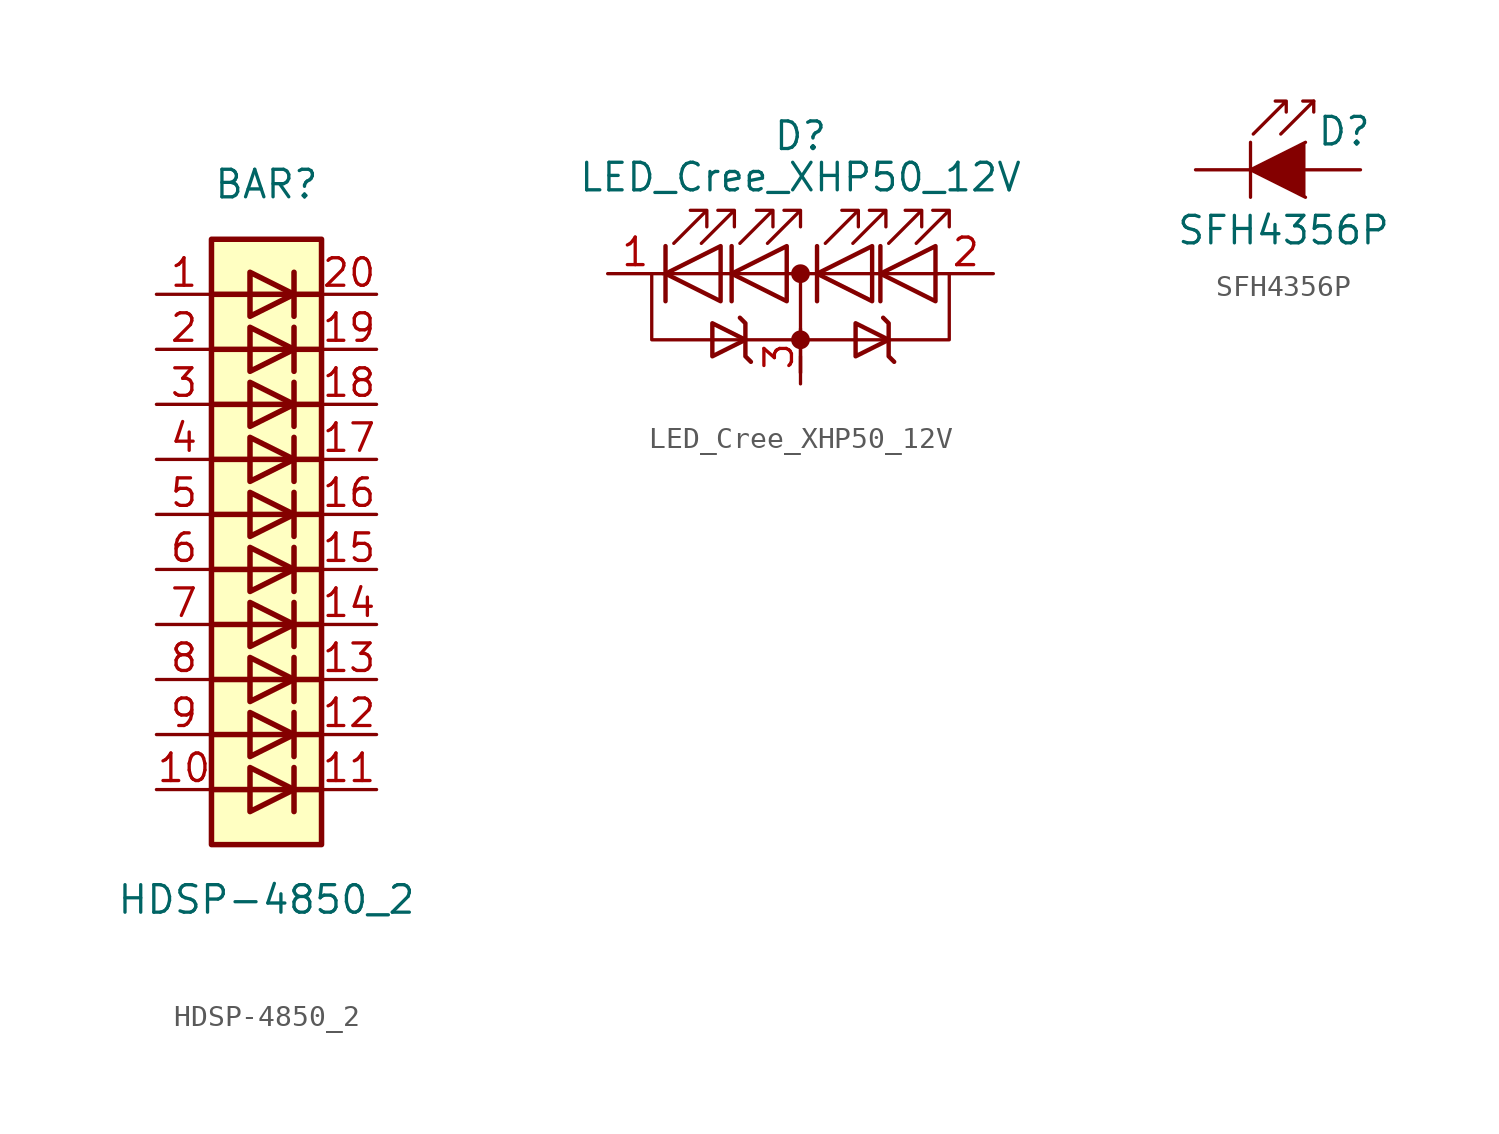
<source format=kicad_sym>
(kicad_symbol_lib
  (version 20211014)
  (generator kicad_symbol_editor)
  (symbol "HDSP-4850_2"
    (pin_names
      (offset 1.016) hide)
    (property "Reference" "BAR"
      (at 0 15.24 0)
      (effects (font (size 1.27 1.27))))
    (property "Value" "HDSP-4850_2"
      (at 0 -17.78 0)
      (effects (font (size 1.27 1.27))))
    (symbol "HDSP-4850_2_0_1"
      (rectangle (start -2.54 12.7) (end 2.54 -15.24) (stroke (width 0.254) (type default) (color 0 0 0 0)) (fill (type background)))
      (polyline (pts (xy -2.54 -12.7) (xy 2.54 -12.7)) (stroke (width 0.254) (type default) (color 0 0 0 0)) (fill (type none)))
      (polyline (pts (xy -2.54 -10.16) (xy 2.54 -10.16)) (stroke (width 0.254) (type default) (color 0 0 0 0)) (fill (type none)))
      (polyline (pts (xy -2.54 -7.62) (xy 2.54 -7.62)) (stroke (width 0.254) (type default) (color 0 0 0 0)) (fill (type none)))
      (polyline (pts (xy -2.54 -5.08) (xy 2.54 -5.08)) (stroke (width 0.254) (type default) (color 0 0 0 0)) (fill (type none)))
      (polyline (pts (xy -2.54 0) (xy 2.54 0)) (stroke (width 0.254) (type default) (color 0 0 0 0)) (fill (type none)))
      (polyline (pts (xy -2.54 5.08) (xy 2.54 5.08)) (stroke (width 0.254) (type default) (color 0 0 0 0)) (fill (type none)))
      (polyline (pts (xy -2.54 7.62) (xy 2.54 7.62)) (stroke (width 0.254) (type default) (color 0 0 0 0)) (fill (type none)))
      (polyline (pts (xy -2.54 10.16) (xy 2.54 10.16)) (stroke (width 0.254) (type default) (color 0 0 0 0)) (fill (type none)))
      (polyline (pts (xy 1.27 -11.684) (xy 1.27 -13.716)) (stroke (width 0.254) (type default) (color 0 0 0 0)) (fill (type none)))
      (polyline (pts (xy 1.27 -9.144) (xy 1.27 -11.176)) (stroke (width 0.254) (type default) (color 0 0 0 0)) (fill (type none)))
      (polyline (pts (xy 1.27 -6.604) (xy 1.27 -8.636)) (stroke (width 0.254) (type default) (color 0 0 0 0)) (fill (type none)))
      (polyline (pts (xy 1.27 -4.064) (xy 1.27 -6.096)) (stroke (width 0.254) (type default) (color 0 0 0 0)) (fill (type none)))
      (polyline (pts (xy 1.27 -1.524) (xy 1.27 -3.556)) (stroke (width 0.254) (type default) (color 0 0 0 0)) (fill (type none)))
      (polyline (pts (xy 1.27 1.016) (xy 1.27 -1.016)) (stroke (width 0.254) (type default) (color 0 0 0 0)) (fill (type none)))
      (polyline (pts (xy 1.27 3.556) (xy 1.27 1.524)) (stroke (width 0.254) (type default) (color 0 0 0 0)) (fill (type none)))
      (polyline (pts (xy 1.27 6.096) (xy 1.27 4.064)) (stroke (width 0.254) (type default) (color 0 0 0 0)) (fill (type none)))
      (polyline (pts (xy 1.27 8.636) (xy 1.27 6.604)) (stroke (width 0.254) (type default) (color 0 0 0 0)) (fill (type none)))
      (polyline (pts (xy 1.27 11.176) (xy 1.27 9.144)) (stroke (width 0.254) (type default) (color 0 0 0 0)) (fill (type none)))
      (polyline (pts (xy 2.54 -2.54) (xy -2.54 -2.54)) (stroke (width 0.254) (type default) (color 0 0 0 0)) (fill (type none)))
      (polyline (pts (xy 2.54 2.54) (xy -2.54 2.54)) (stroke (width 0.254) (type default) (color 0 0 0 0)) (fill (type none)))
      (polyline (pts (xy -0.762 -11.684) (xy -0.762 -13.716) (xy 1.27 -12.7) (xy -0.762 -11.684)) (stroke (width 0.254) (type default) (color 0 0 0 0)) (fill (type none)))
      (polyline (pts (xy -0.762 -9.144) (xy -0.762 -11.176) (xy 1.27 -10.16) (xy -0.762 -9.144)) (stroke (width 0.254) (type default) (color 0 0 0 0)) (fill (type none)))
      (polyline (pts (xy -0.762 -6.604) (xy -0.762 -8.636) (xy 1.27 -7.62) (xy -0.762 -6.604)) (stroke (width 0.254) (type default) (color 0 0 0 0)) (fill (type none)))
      (polyline (pts (xy -0.762 -4.064) (xy -0.762 -6.096) (xy 1.27 -5.08) (xy -0.762 -4.064)) (stroke (width 0.254) (type default) (color 0 0 0 0)) (fill (type none)))
      (polyline (pts (xy -0.762 -1.524) (xy -0.762 -3.556) (xy 1.27 -2.54) (xy -0.762 -1.524)) (stroke (width 0.254) (type default) (color 0 0 0 0)) (fill (type none)))
      (polyline (pts (xy -0.762 1.016) (xy -0.762 -1.016) (xy 1.27 0) (xy -0.762 1.016)) (stroke (width 0.254) (type default) (color 0 0 0 0)) (fill (type none)))
      (polyline (pts (xy -0.762 3.556) (xy -0.762 1.524) (xy 1.27 2.54) (xy -0.762 3.556)) (stroke (width 0.254) (type default) (color 0 0 0 0)) (fill (type none)))
      (polyline (pts (xy -0.762 6.096) (xy -0.762 4.064) (xy 1.27 5.08) (xy -0.762 6.096)) (stroke (width 0.254) (type default) (color 0 0 0 0)) (fill (type none)))
      (polyline (pts (xy -0.762 8.636) (xy -0.762 6.604) (xy 1.27 7.62) (xy -0.762 8.636)) (stroke (width 0.254) (type default) (color 0 0 0 0)) (fill (type none)))
      (polyline (pts (xy -0.762 11.176) (xy -0.762 9.144) (xy 1.27 10.16) (xy -0.762 11.176)) (stroke (width 0.254) (type default) (color 0 0 0 0)) (fill (type none))))
    (symbol "HDSP-4850_2_1_1"
      (pin passive line (at -5.08 10.16 0) (length 2.54) (name "A" (effects (font (size 1.27 1.27)))) (number "1" (effects (font (size 1.27 1.27)))))
      (pin passive line (at -5.08 -12.7 0) (length 2.54) (name "A" (effects (font (size 1.27 1.27)))) (number "10" (effects (font (size 1.27 1.27)))))
      (pin passive line (at 5.08 -12.7 180) (length 2.54) (name "K" (effects (font (size 1.27 1.27)))) (number "11" (effects (font (size 1.27 1.27)))))
      (pin passive line (at 5.08 -10.16 180) (length 2.54) (name "K" (effects (font (size 1.27 1.27)))) (number "12" (effects (font (size 1.27 1.27)))))
      (pin passive line (at 5.08 -7.62 180) (length 2.54) (name "K" (effects (font (size 1.27 1.27)))) (number "13" (effects (font (size 1.27 1.27)))))
      (pin passive line (at 5.08 -5.08 180) (length 2.54) (name "K" (effects (font (size 1.27 1.27)))) (number "14" (effects (font (size 1.27 1.27)))))
      (pin passive line (at 5.08 -2.54 180) (length 2.54) (name "K" (effects (font (size 1.27 1.27)))) (number "15" (effects (font (size 1.27 1.27)))))
      (pin passive line (at 5.08 0 180) (length 2.54) (name "K" (effects (font (size 1.27 1.27)))) (number "16" (effects (font (size 1.27 1.27)))))
      (pin passive line (at 5.08 2.54 180) (length 2.54) (name "K" (effects (font (size 1.27 1.27)))) (number "17" (effects (font (size 1.27 1.27)))))
      (pin passive line (at 5.08 5.08 180) (length 2.54) (name "K" (effects (font (size 1.27 1.27)))) (number "18" (effects (font (size 1.27 1.27)))))
      (pin passive line (at 5.08 7.62 180) (length 2.54) (name "K" (effects (font (size 1.27 1.27)))) (number "19" (effects (font (size 1.27 1.27)))))
      (pin passive line (at -5.08 7.62 0) (length 2.54) (name "A" (effects (font (size 1.27 1.27)))) (number "2" (effects (font (size 1.27 1.27)))))
      (pin passive line (at 5.08 10.16 180) (length 2.54) (name "K" (effects (font (size 1.27 1.27)))) (number "20" (effects (font (size 1.27 1.27)))))
      (pin passive line (at -5.08 5.08 0) (length 2.54) (name "A" (effects (font (size 1.27 1.27)))) (number "3" (effects (font (size 1.27 1.27)))))
      (pin passive line (at -5.08 2.54 0) (length 2.54) (name "A" (effects (font (size 1.27 1.27)))) (number "4" (effects (font (size 1.27 1.27)))))
      (pin passive line (at -5.08 0 0) (length 2.54) (name "A" (effects (font (size 1.27 1.27)))) (number "5" (effects (font (size 1.27 1.27)))))
      (pin passive line (at -5.08 -2.54 0) (length 2.54) (name "A" (effects (font (size 1.27 1.27)))) (number "6" (effects (font (size 1.27 1.27)))))
      (pin passive line (at -5.08 -5.08 0) (length 2.54) (name "A" (effects (font (size 1.27 1.27)))) (number "7" (effects (font (size 1.27 1.27)))))
      (pin passive line (at -5.08 -7.62 0) (length 2.54) (name "A" (effects (font (size 1.27 1.27)))) (number "8" (effects (font (size 1.27 1.27)))))
      (pin passive line (at -5.08 -10.16 0) (length 2.54) (name "A" (effects (font (size 1.27 1.27)))) (number "9" (effects (font (size 1.27 1.27)))))))
  (symbol "LED_Cree_XHP50_12V"
    (pin_names
      (offset 1.016) hide)
    (property "Reference" "D"
      (at 0 6.35 0)
      (effects (font (size 1.27 1.27))))
    (property "Value" "LED_Cree_XHP50_12V"
      (at 0 4.445 0)
      (effects (font (size 1.27 1.27))))
    (symbol "LED_Cree_XHP50_12V_0_1"
      (circle (center 0 -3.048) (radius 0.356) (stroke (width 0) (type default) (color 0 0 0 0)) (fill (type outline)))
      (polyline (pts (xy -6.35 0) (xy 6.35 0)) (stroke (width 0) (type default) (color 0 0 0 0)) (fill (type none)))
      (polyline (pts (xy -6.223 -1.27) (xy -6.223 1.27)) (stroke (width 0.203) (type default) (color 0 0 0 0)) (fill (type none)))
      (polyline (pts (xy -3.175 -1.27) (xy -3.175 1.27)) (stroke (width 0.203) (type default) (color 0 0 0 0)) (fill (type none)))
      (polyline (pts (xy 0 -3.81) (xy 0 -4.572)) (stroke (width 0) (type default) (color 0 0 0 0)) (fill (type none)))
      (polyline (pts (xy 0 0) (xy 0 -4.572)) (stroke (width 0) (type default) (color 0 0 0 0)) (fill (type none)))
      (polyline (pts (xy 0.762 -1.27) (xy 0.762 1.27)) (stroke (width 0.203) (type default) (color 0 0 0 0)) (fill (type none)))
      (polyline (pts (xy 3.683 -1.27) (xy 3.683 1.27)) (stroke (width 0.203) (type default) (color 0 0 0 0)) (fill (type none)))
      (polyline (pts (xy -6.858 0) (xy -6.858 -3.048) (xy 6.858 -3.048) (xy 6.858 0)) (stroke (width 0) (type default) (color 0 0 0 0)) (fill (type none)))
      (polyline (pts (xy -3.683 -1.27) (xy -3.683 1.27) (xy -6.223 0) (xy -3.683 -1.27)) (stroke (width 0.203) (type default) (color 0 0 0 0)) (fill (type none)))
      (polyline (pts (xy -2.286 -4.064) (xy -2.54 -3.81) (xy -2.54 -2.286) (xy -2.794 -2.032)) (stroke (width 0.203) (type default) (color 0 0 0 0)) (fill (type none)))
      (polyline (pts (xy -0.635 -1.27) (xy -0.635 1.27) (xy -3.175 0) (xy -0.635 -1.27)) (stroke (width 0.203) (type default) (color 0 0 0 0)) (fill (type none)))
      (polyline (pts (xy 3.302 -1.27) (xy 3.302 1.27) (xy 0.762 0) (xy 3.302 -1.27)) (stroke (width 0.203) (type default) (color 0 0 0 0)) (fill (type none)))
      (polyline (pts (xy 4.318 -4.064) (xy 4.064 -3.81) (xy 4.064 -2.286) (xy 3.81 -2.032)) (stroke (width 0.203) (type default) (color 0 0 0 0)) (fill (type none)))
      (polyline (pts (xy 6.223 -1.27) (xy 6.223 1.27) (xy 3.683 0) (xy 6.223 -1.27)) (stroke (width 0.203) (type default) (color 0 0 0 0)) (fill (type none)))
      (polyline (pts (xy -5.842 1.397) (xy -4.318 2.921) (xy -5.08 2.921) (xy -4.318 2.921) (xy -4.318 2.159)) (stroke (width 0) (type default) (color 0 0 0 0)) (fill (type none)))
      (polyline (pts (xy -4.572 1.397) (xy -3.048 2.921) (xy -3.81 2.921) (xy -3.048 2.921) (xy -3.048 2.159)) (stroke (width 0) (type default) (color 0 0 0 0)) (fill (type none)))
      (polyline (pts (xy -4.064 -3.81) (xy -4.064 -2.286) (xy -2.54 -3.048) (xy -4.064 -3.81) (xy -4.064 -3.556)) (stroke (width 0.203) (type default) (color 0 0 0 0)) (fill (type none)))
      (polyline (pts (xy -2.794 1.397) (xy -1.27 2.921) (xy -2.032 2.921) (xy -1.27 2.921) (xy -1.27 2.159)) (stroke (width 0) (type default) (color 0 0 0 0)) (fill (type none)))
      (polyline (pts (xy -1.524 1.397) (xy 0 2.921) (xy -0.762 2.921) (xy 0 2.921) (xy 0 2.159)) (stroke (width 0) (type default) (color 0 0 0 0)) (fill (type none)))
      (polyline (pts (xy 1.143 1.397) (xy 2.667 2.921) (xy 1.905 2.921) (xy 2.667 2.921) (xy 2.667 2.159)) (stroke (width 0) (type default) (color 0 0 0 0)) (fill (type none)))
      (polyline (pts (xy 2.413 1.397) (xy 3.937 2.921) (xy 3.175 2.921) (xy 3.937 2.921) (xy 3.937 2.159)) (stroke (width 0) (type default) (color 0 0 0 0)) (fill (type none)))
      (polyline (pts (xy 2.54 -3.81) (xy 2.54 -2.286) (xy 4.064 -3.048) (xy 2.54 -3.81) (xy 2.54 -3.556)) (stroke (width 0.203) (type default) (color 0 0 0 0)) (fill (type none)))
      (polyline (pts (xy 4.064 1.397) (xy 5.588 2.921) (xy 4.826 2.921) (xy 5.588 2.921) (xy 5.588 2.159)) (stroke (width 0) (type default) (color 0 0 0 0)) (fill (type none)))
      (polyline (pts (xy 5.334 1.397) (xy 6.858 2.921) (xy 6.096 2.921) (xy 6.858 2.921) (xy 6.858 2.159)) (stroke (width 0) (type default) (color 0 0 0 0)) (fill (type none)))
      (circle (center 0 0) (radius 0.356) (stroke (width 0) (type default) (color 0 0 0 0)) (fill (type outline))))
    (symbol "LED_Cree_XHP50_12V_1_1"
      (pin passive line (at -8.89 0 0) (length 2.54) (name "K" (effects (font (size 1.27 1.27)))) (number "1" (effects (font (size 1.27 1.27)))))
      (pin passive line (at 8.89 0 180) (length 2.54) (name "A" (effects (font (size 1.27 1.27)))) (number "2" (effects (font (size 1.27 1.27)))))
      (pin passive line (at 0 -5.08 90) (length 2.54) (name "PAD" (effects (font (size 1.27 1.27)))) (number "3" (effects (font (size 1.27 1.27)))))))
  (symbol "SFH4356P"
    (pin_numbers hide)
    (pin_names
      (offset 1.016) hide)
    (property "Reference" "D"
      (at 0.508 1.778 0)
      (effects (font (size 1.27 1.27)) (justify left)))
    (property "Value" "SFH4356P"
      (at -1.016 -2.794 0)
      (effects (font (size 1.27 1.27))))
    (symbol "SFH4356P_0_1"
      (polyline (pts (xy -2.54 1.27) (xy -2.54 -1.27)) (stroke (width 0.152) (type default) (color 0 0 0 0)) (fill (type none)))
      (polyline (pts (xy 0.381 3.175) (xy -0.127 3.175)) (stroke (width 0) (type default) (color 0 0 0 0)) (fill (type none)))
      (polyline (pts (xy -1.143 1.651) (xy 0.381 3.175) (xy 0.381 2.667)) (stroke (width 0) (type default) (color 0 0 0 0)) (fill (type none)))
      (polyline (pts (xy 0 1.27) (xy -2.54 0) (xy 0 -1.27)) (stroke (width 0) (type default) (color 0 0 0 0)) (fill (type outline)))
      (polyline (pts (xy -2.413 1.651) (xy -0.889 3.175) (xy -0.889 2.667) (xy -0.889 3.175) (xy -1.397 3.175)) (stroke (width 0) (type default) (color 0 0 0 0)) (fill (type none))))
    (symbol "SFH4356P_1_1"
      (pin passive line (at -5.08 0 0) (length 2.54) (name "K" (effects (font (size 1.27 1.27)))) (number "1" (effects (font (size 1.27 1.27)))))
      (pin passive line (at 2.54 0 180) (length 2.54) (name "A" (effects (font (size 1.27 1.27)))) (number "2" (effects (font (size 1.27 1.27))))))))
</source>
